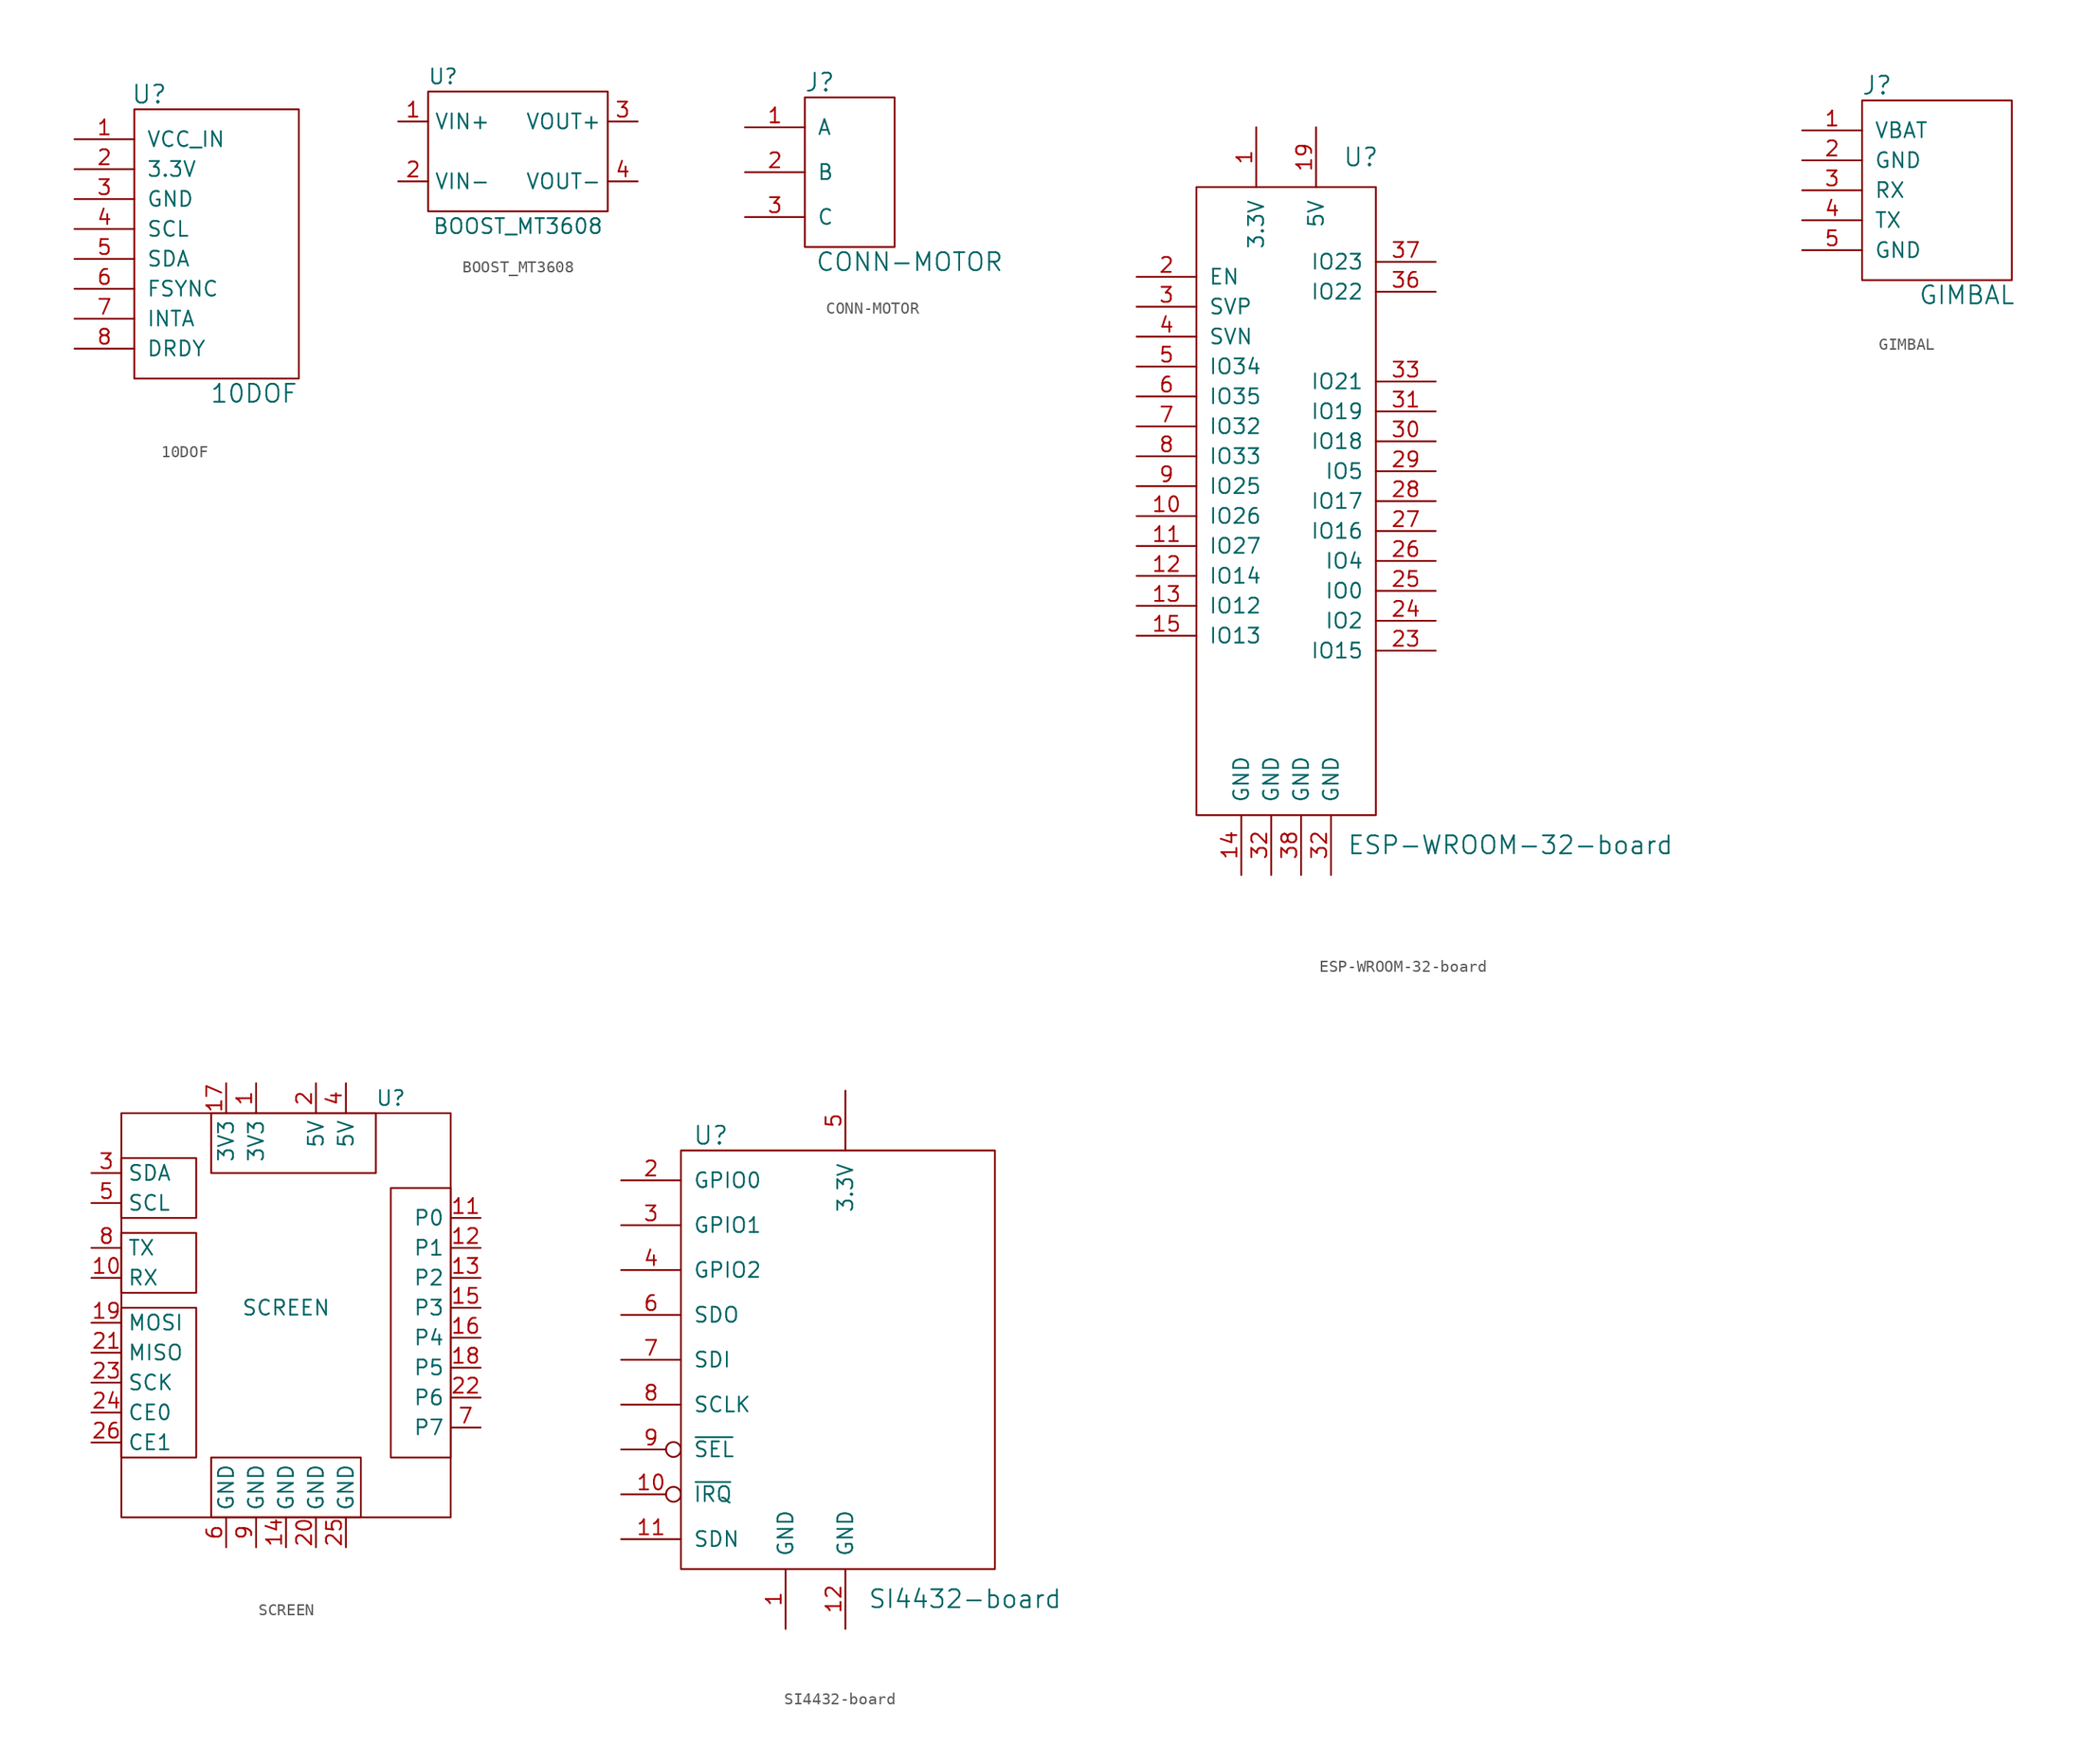
<source format=kicad_sym>
(kicad_symbol_lib
  (version 20211014)
  (generator kicad_symbol_editor)
  (symbol "10DOF"
    (pin_names
      (offset 1.016))
    (property "Reference" "U"
      (at -3.81 12.7 0)
      (effects (font (size 1.524 1.524))))
    (property "Value" "10DOF"
      (at 5.08 -12.7 0)
      (effects (font (size 1.524 1.524))))
    (symbol "10DOF_0_1"
      (rectangle (start -5.08 11.43) (end 8.89 -11.43) (stroke (width 0) (type default) (color 0 0 0 0)) (fill (type none))))
    (symbol "10DOF_1_1"
      (pin power_in line (at -10.16 8.89 0) (length 5.08) (name "VCC_IN" (effects (font (size 1.27 1.27)))) (number "1" (effects (font (size 1.27 1.27)))))
      (pin power_in line (at -10.16 6.35 0) (length 5.08) (name "3.3V" (effects (font (size 1.27 1.27)))) (number "2" (effects (font (size 1.27 1.27)))))
      (pin power_in line (at -10.16 3.81 0) (length 5.08) (name "GND" (effects (font (size 1.27 1.27)))) (number "3" (effects (font (size 1.27 1.27)))))
      (pin bidirectional line (at -10.16 1.27 0) (length 5.08) (name "SCL" (effects (font (size 1.27 1.27)))) (number "4" (effects (font (size 1.27 1.27)))))
      (pin bidirectional line (at -10.16 -1.27 0) (length 5.08) (name "SDA" (effects (font (size 1.27 1.27)))) (number "5" (effects (font (size 1.27 1.27)))))
      (pin bidirectional line (at -10.16 -3.81 0) (length 5.08) (name "FSYNC" (effects (font (size 1.27 1.27)))) (number "6" (effects (font (size 1.27 1.27)))))
      (pin bidirectional line (at -10.16 -6.35 0) (length 5.08) (name "INTA" (effects (font (size 1.27 1.27)))) (number "7" (effects (font (size 1.27 1.27)))))
      (pin bidirectional line (at -10.16 -8.89 0) (length 5.08) (name "DRDY" (effects (font (size 1.27 1.27)))) (number "8" (effects (font (size 1.27 1.27)))))))
  (symbol "BOOST_MT3608"
    (property "Reference" "U"
      (at -6.35 6.35 0)
      (effects (font (size 1.27 1.27))))
    (property "Value" "BOOST_MT3608"
      (at 0 -6.35 0)
      (effects (font (size 1.27 1.27))))
    (symbol "BOOST_MT3608_0_1"
      (rectangle (start -7.62 5.08) (end 7.62 -5.08) (stroke (width 0) (type default) (color 0 0 0 0)) (fill (type none))))
    (symbol "BOOST_MT3608_1_1"
      (pin power_in line (at -10.16 2.54 0) (length 2.54) (name "VIN+" (effects (font (size 1.27 1.27)))) (number "1" (effects (font (size 1.27 1.27)))))
      (pin power_in line (at -10.16 -2.54 0) (length 2.54) (name "VIN-" (effects (font (size 1.27 1.27)))) (number "2" (effects (font (size 1.27 1.27)))))
      (pin power_out line (at 10.16 2.54 180) (length 2.54) (name "VOUT+" (effects (font (size 1.27 1.27)))) (number "3" (effects (font (size 1.27 1.27)))))
      (pin power_out line (at 10.16 -2.54 180) (length 2.54) (name "VOUT-" (effects (font (size 1.27 1.27)))) (number "4" (effects (font (size 1.27 1.27)))))))
  (symbol "CONN-MOTOR"
    (pin_names
      (offset 1.016))
    (property "Reference" "J"
      (at -1.27 7.62 0)
      (effects (font (size 1.524 1.524))))
    (property "Value" "CONN-MOTOR"
      (at 6.35 -7.62 0)
      (effects (font (size 1.524 1.524))))
    (symbol "CONN-MOTOR_0_1"
      (rectangle (start -2.54 6.35) (end 5.08 -6.35) (stroke (width 0) (type default) (color 0 0 0 0)) (fill (type none))))
    (symbol "CONN-MOTOR_1_1"
      (pin input line (at -7.62 3.81 0) (length 5.08) (name "A" (effects (font (size 1.27 1.27)))) (number "1" (effects (font (size 1.27 1.27)))))
      (pin input line (at -7.62 0 0) (length 5.08) (name "B" (effects (font (size 1.27 1.27)))) (number "2" (effects (font (size 1.27 1.27)))))
      (pin input line (at -7.62 -3.81 0) (length 5.08) (name "C" (effects (font (size 1.27 1.27)))) (number "3" (effects (font (size 1.27 1.27)))))))
  (symbol "ESP-WROOM-32-board"
    (pin_names
      (offset 1.016))
    (property "Reference" "U"
      (at 6.35 17.78 0)
      (effects (font (size 1.524 1.524))))
    (property "Value" "ESP-WROOM-32-board"
      (at 19.05 -40.64 0)
      (effects (font (size 1.524 1.524))))
    (symbol "ESP-WROOM-32-board_0_1"
      (rectangle (start -7.62 15.24) (end 7.62 -38.1) (stroke (width 0) (type default) (color 0 0 0 0)) (fill (type none))))
    (symbol "ESP-WROOM-32-board_1_1"
      (pin power_out line (at -2.54 20.32 270) (length 5.08) (name "3.3V" (effects (font (size 1.27 1.27)))) (number "1" (effects (font (size 1.27 1.27)))))
      (pin bidirectional line (at -12.7 -12.7 0) (length 5.08) (name "IO26" (effects (font (size 1.27 1.27)))) (number "10" (effects (font (size 1.27 1.27)))))
      (pin bidirectional line (at -12.7 -15.24 0) (length 5.08) (name "IO27" (effects (font (size 1.27 1.27)))) (number "11" (effects (font (size 1.27 1.27)))))
      (pin bidirectional line (at -12.7 -17.78 0) (length 5.08) (name "IO14" (effects (font (size 1.27 1.27)))) (number "12" (effects (font (size 1.27 1.27)))))
      (pin bidirectional line (at -12.7 -20.32 0) (length 5.08) (name "IO12" (effects (font (size 1.27 1.27)))) (number "13" (effects (font (size 1.27 1.27)))))
      (pin power_in line (at -3.81 -43.18 90) (length 5.08) (name "GND" (effects (font (size 1.27 1.27)))) (number "14" (effects (font (size 1.27 1.27)))))
      (pin bidirectional line (at -12.7 -22.86 0) (length 5.08) (name "IO13" (effects (font (size 1.27 1.27)))) (number "15" (effects (font (size 1.27 1.27)))))
      (pin bidirectional line (at -12.7 -25.4 0) (length 5.08) hide (name "SD2" (effects (font (size 1.27 1.27)))) (number "16" (effects (font (size 1.27 1.27)))))
      (pin bidirectional line (at -12.7 -27.94 0) (length 5.08) hide (name "SD3" (effects (font (size 1.27 1.27)))) (number "17" (effects (font (size 1.27 1.27)))))
      (pin bidirectional line (at -12.7 -30.48 0) (length 5.08) hide (name "CMD" (effects (font (size 1.27 1.27)))) (number "18" (effects (font (size 1.27 1.27)))))
      (pin power_in line (at 2.54 20.32 270) (length 5.08) (name "5V" (effects (font (size 1.27 1.27)))) (number "19" (effects (font (size 1.27 1.27)))))
      (pin input line (at -12.7 7.62 0) (length 5.08) (name "EN" (effects (font (size 1.27 1.27)))) (number "2" (effects (font (size 1.27 1.27)))))
      (pin bidirectional line (at 12.7 -31.75 180) (length 5.08) hide (name "CLK" (effects (font (size 1.27 1.27)))) (number "20" (effects (font (size 1.27 1.27)))))
      (pin bidirectional line (at 12.7 -29.21 180) (length 5.08) hide (name "SD0" (effects (font (size 1.27 1.27)))) (number "21" (effects (font (size 1.27 1.27)))))
      (pin bidirectional line (at 12.7 -26.67 180) (length 5.08) hide (name "SD1" (effects (font (size 1.27 1.27)))) (number "22" (effects (font (size 1.27 1.27)))))
      (pin bidirectional line (at 12.7 -24.13 180) (length 5.08) (name "IO15" (effects (font (size 1.27 1.27)))) (number "23" (effects (font (size 1.27 1.27)))))
      (pin bidirectional line (at 12.7 -21.59 180) (length 5.08) (name "IO2" (effects (font (size 1.27 1.27)))) (number "24" (effects (font (size 1.27 1.27)))))
      (pin bidirectional line (at 12.7 -19.05 180) (length 5.08) (name "IO0" (effects (font (size 1.27 1.27)))) (number "25" (effects (font (size 1.27 1.27)))))
      (pin bidirectional line (at 12.7 -16.51 180) (length 5.08) (name "IO4" (effects (font (size 1.27 1.27)))) (number "26" (effects (font (size 1.27 1.27)))))
      (pin bidirectional line (at 12.7 -13.97 180) (length 5.08) (name "IO16" (effects (font (size 1.27 1.27)))) (number "27" (effects (font (size 1.27 1.27)))))
      (pin bidirectional line (at 12.7 -11.43 180) (length 5.08) (name "IO17" (effects (font (size 1.27 1.27)))) (number "28" (effects (font (size 1.27 1.27)))))
      (pin bidirectional line (at 12.7 -8.89 180) (length 5.08) (name "IO5" (effects (font (size 1.27 1.27)))) (number "29" (effects (font (size 1.27 1.27)))))
      (pin input line (at -12.7 5.08 0) (length 5.08) (name "SVP" (effects (font (size 1.27 1.27)))) (number "3" (effects (font (size 1.27 1.27)))))
      (pin bidirectional line (at 12.7 -6.35 180) (length 5.08) (name "IO18" (effects (font (size 1.27 1.27)))) (number "30" (effects (font (size 1.27 1.27)))))
      (pin bidirectional line (at 12.7 -3.81 180) (length 5.08) (name "IO19" (effects (font (size 1.27 1.27)))) (number "31" (effects (font (size 1.27 1.27)))))
      (pin power_in line (at -1.27 -43.18 90) (length 5.08) (name "GND" (effects (font (size 1.27 1.27)))) (number "32" (effects (font (size 1.27 1.27)))))
      (pin power_in line (at 3.81 -43.18 90) (length 5.08) (name "GND" (effects (font (size 1.27 1.27)))) (number "32" (effects (font (size 1.27 1.27)))))
      (pin bidirectional line (at 12.7 -1.27 180) (length 5.08) (name "IO21" (effects (font (size 1.27 1.27)))) (number "33" (effects (font (size 1.27 1.27)))))
      (pin bidirectional line (at 12.7 1.27 180) (length 5.08) hide (name "RXD0" (effects (font (size 1.27 1.27)))) (number "34" (effects (font (size 1.27 1.27)))))
      (pin bidirectional line (at 12.7 3.81 180) (length 5.08) hide (name "TXD0" (effects (font (size 1.27 1.27)))) (number "35" (effects (font (size 1.27 1.27)))))
      (pin bidirectional line (at 12.7 6.35 180) (length 5.08) (name "IO22" (effects (font (size 1.27 1.27)))) (number "36" (effects (font (size 1.27 1.27)))))
      (pin bidirectional line (at 12.7 8.89 180) (length 5.08) (name "IO23" (effects (font (size 1.27 1.27)))) (number "37" (effects (font (size 1.27 1.27)))))
      (pin power_in line (at 1.27 -43.18 90) (length 5.08) (name "GND" (effects (font (size 1.27 1.27)))) (number "38" (effects (font (size 1.27 1.27)))))
      (pin input line (at -12.7 2.54 0) (length 5.08) (name "SVN" (effects (font (size 1.27 1.27)))) (number "4" (effects (font (size 1.27 1.27)))))
      (pin input line (at -12.7 0 0) (length 5.08) (name "IO34" (effects (font (size 1.27 1.27)))) (number "5" (effects (font (size 1.27 1.27)))))
      (pin input line (at -12.7 -2.54 0) (length 5.08) (name "IO35" (effects (font (size 1.27 1.27)))) (number "6" (effects (font (size 1.27 1.27)))))
      (pin bidirectional line (at -12.7 -5.08 0) (length 5.08) (name "IO32" (effects (font (size 1.27 1.27)))) (number "7" (effects (font (size 1.27 1.27)))))
      (pin bidirectional line (at -12.7 -7.62 0) (length 5.08) (name "IO33" (effects (font (size 1.27 1.27)))) (number "8" (effects (font (size 1.27 1.27)))))
      (pin bidirectional line (at -12.7 -10.16 0) (length 5.08) (name "IO25" (effects (font (size 1.27 1.27)))) (number "9" (effects (font (size 1.27 1.27)))))))
  (symbol "GIMBAL"
    (pin_names
      (offset 1.016))
    (property "Reference" "J"
      (at -2.54 8.89 0)
      (effects (font (size 1.524 1.524))))
    (property "Value" "GIMBAL"
      (at 5.08 -8.89 0)
      (effects (font (size 1.524 1.524))))
    (symbol "GIMBAL_0_1"
      (rectangle (start -3.81 7.62) (end 8.89 -7.62) (stroke (width 0) (type default) (color 0 0 0 0)) (fill (type none))))
    (symbol "GIMBAL_1_1"
      (pin power_in line (at -8.89 5.08 0) (length 5.08) (name "VBAT" (effects (font (size 1.27 1.27)))) (number "1" (effects (font (size 1.27 1.27)))))
      (pin power_in line (at -8.89 2.54 0) (length 5.08) (name "GND" (effects (font (size 1.27 1.27)))) (number "2" (effects (font (size 1.27 1.27)))))
      (pin output line (at -8.89 0 0) (length 5.08) (name "RX" (effects (font (size 1.27 1.27)))) (number "3" (effects (font (size 1.27 1.27)))))
      (pin input line (at -8.89 -2.54 0) (length 5.08) (name "TX" (effects (font (size 1.27 1.27)))) (number "4" (effects (font (size 1.27 1.27)))))
      (pin power_in line (at -8.89 -5.08 0) (length 5.08) (name "GND" (effects (font (size 1.27 1.27)))) (number "5" (effects (font (size 1.27 1.27)))))))
  (symbol "SCREEN"
    (property "Reference" "U"
      (at 8.89 17.78 0)
      (effects (font (size 1.27 1.27))))
    (property "Value" "SCREEN"
      (at 0 0 0)
      (effects (font (size 1.27 1.27))))
    (symbol "SCREEN_0_1"
      (rectangle (start -13.97 0) (end -7.62 -12.7) (stroke (width 0) (type default) (color 0 0 0 0)) (fill (type none)))
      (rectangle (start -13.97 6.35) (end -7.62 1.27) (stroke (width 0) (type default) (color 0 0 0 0)) (fill (type none)))
      (rectangle (start -13.97 12.7) (end -7.62 7.62) (stroke (width 0) (type default) (color 0 0 0 0)) (fill (type none)))
      (rectangle (start -13.97 16.51) (end 13.97 -17.78) (stroke (width 0) (type default) (color 0 0 0 0)) (fill (type none)))
      (rectangle (start -6.35 -12.7) (end 6.35 -17.78) (stroke (width 0) (type default) (color 0 0 0 0)) (fill (type none)))
      (rectangle (start -6.35 16.51) (end 7.62 11.43) (stroke (width 0) (type default) (color 0 0 0 0)) (fill (type none)))
      (rectangle (start 8.89 10.16) (end 13.97 -12.7) (stroke (width 0) (type default) (color 0 0 0 0)) (fill (type none))))
    (symbol "SCREEN_1_1"
      (pin power_in line (at -2.54 19.05 270) (length 2.54) (name "3V3" (effects (font (size 1.27 1.27)))) (number "1" (effects (font (size 1.27 1.27)))))
      (pin input line (at -16.51 2.54 0) (length 2.54) (name "RX" (effects (font (size 1.27 1.27)))) (number "10" (effects (font (size 1.27 1.27)))))
      (pin output line (at 16.51 7.62 180) (length 2.54) (name "P0" (effects (font (size 1.27 1.27)))) (number "11" (effects (font (size 1.27 1.27)))))
      (pin output line (at 16.51 5.08 180) (length 2.54) (name "P1" (effects (font (size 1.27 1.27)))) (number "12" (effects (font (size 1.27 1.27)))))
      (pin output line (at 16.51 2.54 180) (length 2.54) (name "P2" (effects (font (size 1.27 1.27)))) (number "13" (effects (font (size 1.27 1.27)))))
      (pin power_in line (at 0 -20.32 90) (length 2.54) (name "GND" (effects (font (size 1.27 1.27)))) (number "14" (effects (font (size 1.27 1.27)))))
      (pin output line (at 16.51 0 180) (length 2.54) (name "P3" (effects (font (size 1.27 1.27)))) (number "15" (effects (font (size 1.27 1.27)))))
      (pin output line (at 16.51 -2.54 180) (length 2.54) (name "P4" (effects (font (size 1.27 1.27)))) (number "16" (effects (font (size 1.27 1.27)))))
      (pin power_in line (at -5.08 19.05 270) (length 2.54) (name "3V3" (effects (font (size 1.27 1.27)))) (number "17" (effects (font (size 1.27 1.27)))))
      (pin output line (at 16.51 -5.08 180) (length 2.54) (name "P5" (effects (font (size 1.27 1.27)))) (number "18" (effects (font (size 1.27 1.27)))))
      (pin input line (at -16.51 -1.27 0) (length 2.54) (name "MOSI" (effects (font (size 1.27 1.27)))) (number "19" (effects (font (size 1.27 1.27)))))
      (pin power_in line (at 2.54 19.05 270) (length 2.54) (name "5V" (effects (font (size 1.27 1.27)))) (number "2" (effects (font (size 1.27 1.27)))))
      (pin power_in line (at 2.54 -20.32 90) (length 2.54) (name "GND" (effects (font (size 1.27 1.27)))) (number "20" (effects (font (size 1.27 1.27)))))
      (pin output line (at -16.51 -3.81 0) (length 2.54) (name "MISO" (effects (font (size 1.27 1.27)))) (number "21" (effects (font (size 1.27 1.27)))))
      (pin output line (at 16.51 -7.62 180) (length 2.54) (name "P6" (effects (font (size 1.27 1.27)))) (number "22" (effects (font (size 1.27 1.27)))))
      (pin input line (at -16.51 -6.35 0) (length 2.54) (name "SCK" (effects (font (size 1.27 1.27)))) (number "23" (effects (font (size 1.27 1.27)))))
      (pin input line (at -16.51 -8.89 0) (length 2.54) (name "CE0" (effects (font (size 1.27 1.27)))) (number "24" (effects (font (size 1.27 1.27)))))
      (pin power_in line (at 5.08 -20.32 90) (length 2.54) (name "GND" (effects (font (size 1.27 1.27)))) (number "25" (effects (font (size 1.27 1.27)))))
      (pin input line (at -16.51 -11.43 0) (length 2.54) (name "CE1" (effects (font (size 1.27 1.27)))) (number "26" (effects (font (size 1.27 1.27)))))
      (pin bidirectional line (at -16.51 11.43 0) (length 2.54) (name "SDA" (effects (font (size 1.27 1.27)))) (number "3" (effects (font (size 1.27 1.27)))))
      (pin power_in line (at 5.08 19.05 270) (length 2.54) (name "5V" (effects (font (size 1.27 1.27)))) (number "4" (effects (font (size 1.27 1.27)))))
      (pin output line (at -16.51 8.89 0) (length 2.54) (name "SCL" (effects (font (size 1.27 1.27)))) (number "5" (effects (font (size 1.27 1.27)))))
      (pin power_in line (at -5.08 -20.32 90) (length 2.54) (name "GND" (effects (font (size 1.27 1.27)))) (number "6" (effects (font (size 1.27 1.27)))))
      (pin bidirectional line (at 16.51 -10.16 180) (length 2.54) (name "P7" (effects (font (size 1.27 1.27)))) (number "7" (effects (font (size 1.27 1.27)))))
      (pin output line (at -16.51 5.08 0) (length 2.54) (name "TX" (effects (font (size 1.27 1.27)))) (number "8" (effects (font (size 1.27 1.27)))))
      (pin power_in line (at -2.54 -20.32 90) (length 2.54) (name "GND" (effects (font (size 1.27 1.27)))) (number "9" (effects (font (size 1.27 1.27)))))))
  (symbol "SI4432-board"
    (pin_names
      (offset 1.016))
    (property "Reference" "U"
      (at -11.43 19.05 0)
      (effects (font (size 1.524 1.524))))
    (property "Value" "SI4432-board"
      (at 10.16 -20.32 0)
      (effects (font (size 1.524 1.524))))
    (symbol "SI4432-board_0_1"
      (rectangle (start -13.97 17.78) (end 12.7 -17.78) (stroke (width 0) (type default) (color 0 0 0 0)) (fill (type none))))
    (symbol "SI4432-board_1_1"
      (pin power_in line (at -5.08 -22.86 90) (length 5.08) (name "GND" (effects (font (size 1.27 1.27)))) (number "1" (effects (font (size 1.27 1.27)))))
      (pin output inverted (at -19.05 -11.43 0) (length 5.08) (name "~{IRQ}" (effects (font (size 1.27 1.27)))) (number "10" (effects (font (size 1.27 1.27)))))
      (pin input line (at -19.05 -15.24 0) (length 5.08) (name "SDN" (effects (font (size 1.27 1.27)))) (number "11" (effects (font (size 1.27 1.27)))))
      (pin power_in line (at 0 -22.86 90) (length 5.08) (name "GND" (effects (font (size 1.27 1.27)))) (number "12" (effects (font (size 1.27 1.27)))))
      (pin input line (at -19.05 15.24 0) (length 5.08) (name "GPIO0" (effects (font (size 1.27 1.27)))) (number "2" (effects (font (size 1.27 1.27)))))
      (pin input line (at -19.05 11.43 0) (length 5.08) (name "GPIO1" (effects (font (size 1.27 1.27)))) (number "3" (effects (font (size 1.27 1.27)))))
      (pin bidirectional line (at -19.05 7.62 0) (length 5.08) (name "GPIO2" (effects (font (size 1.27 1.27)))) (number "4" (effects (font (size 1.27 1.27)))))
      (pin power_in line (at 0 22.86 270) (length 5.08) (name "3.3V" (effects (font (size 1.27 1.27)))) (number "5" (effects (font (size 1.27 1.27)))))
      (pin output line (at -19.05 3.81 0) (length 5.08) (name "SDO" (effects (font (size 1.27 1.27)))) (number "6" (effects (font (size 1.27 1.27)))))
      (pin input line (at -19.05 0 0) (length 5.08) (name "SDI" (effects (font (size 1.27 1.27)))) (number "7" (effects (font (size 1.27 1.27)))))
      (pin input line (at -19.05 -3.81 0) (length 5.08) (name "SCLK" (effects (font (size 1.27 1.27)))) (number "8" (effects (font (size 1.27 1.27)))))
      (pin input inverted (at -19.05 -7.62 0) (length 5.08) (name "~{SEL}" (effects (font (size 1.27 1.27)))) (number "9" (effects (font (size 1.27 1.27))))))))
</source>
